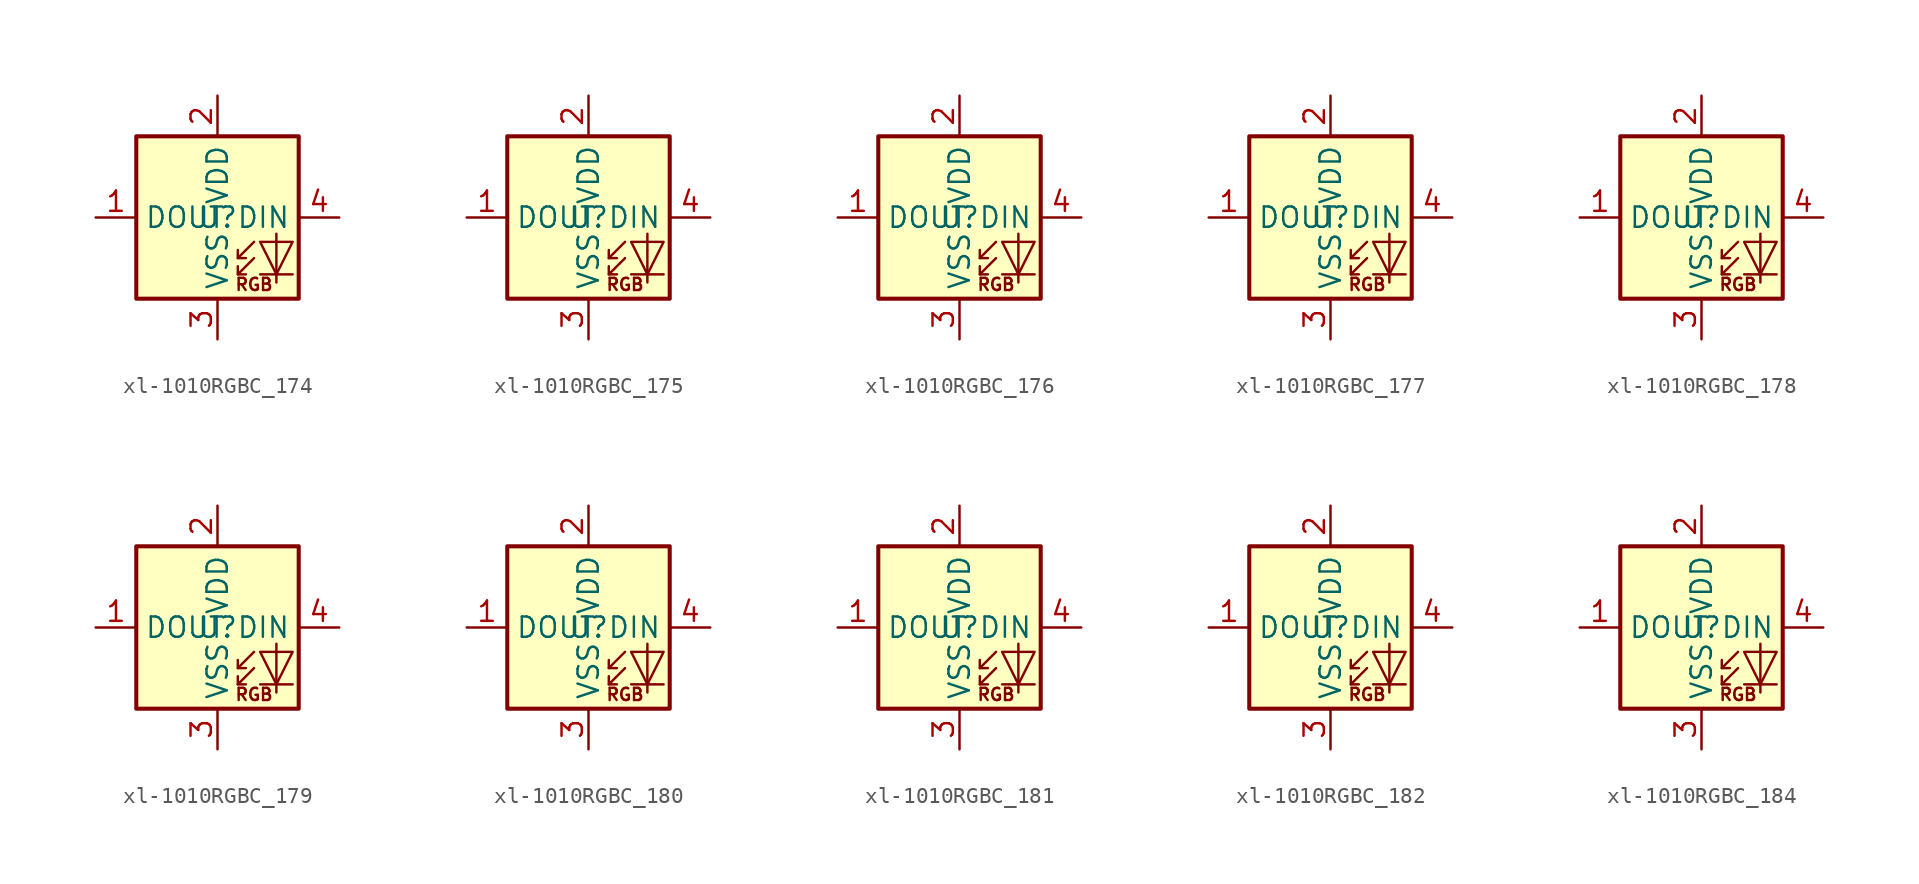
<source format=kicad_sym>
(kicad_symbol_lib
  (version 20231120)
  (generator "kicad_symbol_editor")
  (generator_version "8.0")
  (symbol "xl-1010RGBC_174"
    (property "Reference" "U"
      (at 0 0 0)
      (effects (font (size 1.27 1.27))))
    (property "Value" ""
      (at 0 0 0)
      (effects (font (size 1.27 1.27))))
    (symbol "xl-1010RGBC_174_0_0"
      (text "RGB" (at 2.286 -4.191 0) (effects (font (size 0.762 0.762)))))
    (symbol "xl-1010RGBC_174_0_1"
      (polyline (pts (xy 1.27 -3.556) (xy 1.778 -3.556)) (stroke (width 0) (type default)) (fill (type none)))
      (polyline (pts (xy 1.27 -2.54) (xy 1.778 -2.54)) (stroke (width 0) (type default)) (fill (type none)))
      (polyline (pts (xy 4.699 -3.556) (xy 2.667 -3.556)) (stroke (width 0) (type default)) (fill (type none)))
      (polyline (pts (xy 2.286 -2.54) (xy 1.27 -3.556) (xy 1.27 -3.048)) (stroke (width 0) (type default)) (fill (type none)))
      (polyline (pts (xy 2.286 -1.524) (xy 1.27 -2.54) (xy 1.27 -2.032)) (stroke (width 0) (type default)) (fill (type none)))
      (polyline (pts (xy 3.683 -1.016) (xy 3.683 -3.556) (xy 3.683 -4.064)) (stroke (width 0) (type default)) (fill (type none)))
      (polyline (pts (xy 4.699 -1.524) (xy 2.667 -1.524) (xy 3.683 -3.556) (xy 4.699 -1.524)) (stroke (width 0) (type default)) (fill (type none)))
      (rectangle (start 5.08 5.08) (end -5.08 -5.08) (stroke (width 0.254) (type default)) (fill (type background))))
    (symbol "xl-1010RGBC_174_1_1"
      (pin output line (at -7.62 0 0) (length 2.54) (name "DOUT" (effects (font (size 1.27 1.27)))) (number "1" (effects (font (size 1.27 1.27)))))
      (pin power_in line (at 0 7.62 270) (length 2.54) (name "VDD" (effects (font (size 1.27 1.27)))) (number "2" (effects (font (size 1.27 1.27)))))
      (pin power_in line (at 0 -7.62 90) (length 2.54) (name "VSS" (effects (font (size 1.27 1.27)))) (number "3" (effects (font (size 1.27 1.27)))))
      (pin input line (at 7.62 0 180) (length 2.54) (name "DIN" (effects (font (size 1.27 1.27)))) (number "4" (effects (font (size 1.27 1.27)))))))
  (symbol "xl-1010RGBC_175"
    (property "Reference" "U"
      (at 0 0 0)
      (effects (font (size 1.27 1.27))))
    (property "Value" ""
      (at 0 0 0)
      (effects (font (size 1.27 1.27))))
    (symbol "xl-1010RGBC_175_0_0"
      (text "RGB" (at 2.286 -4.191 0) (effects (font (size 0.762 0.762)))))
    (symbol "xl-1010RGBC_175_0_1"
      (polyline (pts (xy 1.27 -3.556) (xy 1.778 -3.556)) (stroke (width 0) (type default)) (fill (type none)))
      (polyline (pts (xy 1.27 -2.54) (xy 1.778 -2.54)) (stroke (width 0) (type default)) (fill (type none)))
      (polyline (pts (xy 4.699 -3.556) (xy 2.667 -3.556)) (stroke (width 0) (type default)) (fill (type none)))
      (polyline (pts (xy 2.286 -2.54) (xy 1.27 -3.556) (xy 1.27 -3.048)) (stroke (width 0) (type default)) (fill (type none)))
      (polyline (pts (xy 2.286 -1.524) (xy 1.27 -2.54) (xy 1.27 -2.032)) (stroke (width 0) (type default)) (fill (type none)))
      (polyline (pts (xy 3.683 -1.016) (xy 3.683 -3.556) (xy 3.683 -4.064)) (stroke (width 0) (type default)) (fill (type none)))
      (polyline (pts (xy 4.699 -1.524) (xy 2.667 -1.524) (xy 3.683 -3.556) (xy 4.699 -1.524)) (stroke (width 0) (type default)) (fill (type none)))
      (rectangle (start 5.08 5.08) (end -5.08 -5.08) (stroke (width 0.254) (type default)) (fill (type background))))
    (symbol "xl-1010RGBC_175_1_1"
      (pin output line (at -7.62 0 0) (length 2.54) (name "DOUT" (effects (font (size 1.27 1.27)))) (number "1" (effects (font (size 1.27 1.27)))))
      (pin power_in line (at 0 7.62 270) (length 2.54) (name "VDD" (effects (font (size 1.27 1.27)))) (number "2" (effects (font (size 1.27 1.27)))))
      (pin power_in line (at 0 -7.62 90) (length 2.54) (name "VSS" (effects (font (size 1.27 1.27)))) (number "3" (effects (font (size 1.27 1.27)))))
      (pin input line (at 7.62 0 180) (length 2.54) (name "DIN" (effects (font (size 1.27 1.27)))) (number "4" (effects (font (size 1.27 1.27)))))))
  (symbol "xl-1010RGBC_176"
    (property "Reference" "U"
      (at 0 0 0)
      (effects (font (size 1.27 1.27))))
    (property "Value" ""
      (at 0 0 0)
      (effects (font (size 1.27 1.27))))
    (symbol "xl-1010RGBC_176_0_0"
      (text "RGB" (at 2.286 -4.191 0) (effects (font (size 0.762 0.762)))))
    (symbol "xl-1010RGBC_176_0_1"
      (polyline (pts (xy 1.27 -3.556) (xy 1.778 -3.556)) (stroke (width 0) (type default)) (fill (type none)))
      (polyline (pts (xy 1.27 -2.54) (xy 1.778 -2.54)) (stroke (width 0) (type default)) (fill (type none)))
      (polyline (pts (xy 4.699 -3.556) (xy 2.667 -3.556)) (stroke (width 0) (type default)) (fill (type none)))
      (polyline (pts (xy 2.286 -2.54) (xy 1.27 -3.556) (xy 1.27 -3.048)) (stroke (width 0) (type default)) (fill (type none)))
      (polyline (pts (xy 2.286 -1.524) (xy 1.27 -2.54) (xy 1.27 -2.032)) (stroke (width 0) (type default)) (fill (type none)))
      (polyline (pts (xy 3.683 -1.016) (xy 3.683 -3.556) (xy 3.683 -4.064)) (stroke (width 0) (type default)) (fill (type none)))
      (polyline (pts (xy 4.699 -1.524) (xy 2.667 -1.524) (xy 3.683 -3.556) (xy 4.699 -1.524)) (stroke (width 0) (type default)) (fill (type none)))
      (rectangle (start 5.08 5.08) (end -5.08 -5.08) (stroke (width 0.254) (type default)) (fill (type background))))
    (symbol "xl-1010RGBC_176_1_1"
      (pin output line (at -7.62 0 0) (length 2.54) (name "DOUT" (effects (font (size 1.27 1.27)))) (number "1" (effects (font (size 1.27 1.27)))))
      (pin power_in line (at 0 7.62 270) (length 2.54) (name "VDD" (effects (font (size 1.27 1.27)))) (number "2" (effects (font (size 1.27 1.27)))))
      (pin power_in line (at 0 -7.62 90) (length 2.54) (name "VSS" (effects (font (size 1.27 1.27)))) (number "3" (effects (font (size 1.27 1.27)))))
      (pin input line (at 7.62 0 180) (length 2.54) (name "DIN" (effects (font (size 1.27 1.27)))) (number "4" (effects (font (size 1.27 1.27)))))))
  (symbol "xl-1010RGBC_177"
    (property "Reference" "U"
      (at 0 0 0)
      (effects (font (size 1.27 1.27))))
    (property "Value" ""
      (at 0 0 0)
      (effects (font (size 1.27 1.27))))
    (symbol "xl-1010RGBC_177_0_0"
      (text "RGB" (at 2.286 -4.191 0) (effects (font (size 0.762 0.762)))))
    (symbol "xl-1010RGBC_177_0_1"
      (polyline (pts (xy 1.27 -3.556) (xy 1.778 -3.556)) (stroke (width 0) (type default)) (fill (type none)))
      (polyline (pts (xy 1.27 -2.54) (xy 1.778 -2.54)) (stroke (width 0) (type default)) (fill (type none)))
      (polyline (pts (xy 4.699 -3.556) (xy 2.667 -3.556)) (stroke (width 0) (type default)) (fill (type none)))
      (polyline (pts (xy 2.286 -2.54) (xy 1.27 -3.556) (xy 1.27 -3.048)) (stroke (width 0) (type default)) (fill (type none)))
      (polyline (pts (xy 2.286 -1.524) (xy 1.27 -2.54) (xy 1.27 -2.032)) (stroke (width 0) (type default)) (fill (type none)))
      (polyline (pts (xy 3.683 -1.016) (xy 3.683 -3.556) (xy 3.683 -4.064)) (stroke (width 0) (type default)) (fill (type none)))
      (polyline (pts (xy 4.699 -1.524) (xy 2.667 -1.524) (xy 3.683 -3.556) (xy 4.699 -1.524)) (stroke (width 0) (type default)) (fill (type none)))
      (rectangle (start 5.08 5.08) (end -5.08 -5.08) (stroke (width 0.254) (type default)) (fill (type background))))
    (symbol "xl-1010RGBC_177_1_1"
      (pin output line (at -7.62 0 0) (length 2.54) (name "DOUT" (effects (font (size 1.27 1.27)))) (number "1" (effects (font (size 1.27 1.27)))))
      (pin power_in line (at 0 7.62 270) (length 2.54) (name "VDD" (effects (font (size 1.27 1.27)))) (number "2" (effects (font (size 1.27 1.27)))))
      (pin power_in line (at 0 -7.62 90) (length 2.54) (name "VSS" (effects (font (size 1.27 1.27)))) (number "3" (effects (font (size 1.27 1.27)))))
      (pin input line (at 7.62 0 180) (length 2.54) (name "DIN" (effects (font (size 1.27 1.27)))) (number "4" (effects (font (size 1.27 1.27)))))))
  (symbol "xl-1010RGBC_178"
    (property "Reference" "U"
      (at 0 0 0)
      (effects (font (size 1.27 1.27))))
    (property "Value" ""
      (at 0 0 0)
      (effects (font (size 1.27 1.27))))
    (symbol "xl-1010RGBC_178_0_0"
      (text "RGB" (at 2.286 -4.191 0) (effects (font (size 0.762 0.762)))))
    (symbol "xl-1010RGBC_178_0_1"
      (polyline (pts (xy 1.27 -3.556) (xy 1.778 -3.556)) (stroke (width 0) (type default)) (fill (type none)))
      (polyline (pts (xy 1.27 -2.54) (xy 1.778 -2.54)) (stroke (width 0) (type default)) (fill (type none)))
      (polyline (pts (xy 4.699 -3.556) (xy 2.667 -3.556)) (stroke (width 0) (type default)) (fill (type none)))
      (polyline (pts (xy 2.286 -2.54) (xy 1.27 -3.556) (xy 1.27 -3.048)) (stroke (width 0) (type default)) (fill (type none)))
      (polyline (pts (xy 2.286 -1.524) (xy 1.27 -2.54) (xy 1.27 -2.032)) (stroke (width 0) (type default)) (fill (type none)))
      (polyline (pts (xy 3.683 -1.016) (xy 3.683 -3.556) (xy 3.683 -4.064)) (stroke (width 0) (type default)) (fill (type none)))
      (polyline (pts (xy 4.699 -1.524) (xy 2.667 -1.524) (xy 3.683 -3.556) (xy 4.699 -1.524)) (stroke (width 0) (type default)) (fill (type none)))
      (rectangle (start 5.08 5.08) (end -5.08 -5.08) (stroke (width 0.254) (type default)) (fill (type background))))
    (symbol "xl-1010RGBC_178_1_1"
      (pin output line (at -7.62 0 0) (length 2.54) (name "DOUT" (effects (font (size 1.27 1.27)))) (number "1" (effects (font (size 1.27 1.27)))))
      (pin power_in line (at 0 7.62 270) (length 2.54) (name "VDD" (effects (font (size 1.27 1.27)))) (number "2" (effects (font (size 1.27 1.27)))))
      (pin power_in line (at 0 -7.62 90) (length 2.54) (name "VSS" (effects (font (size 1.27 1.27)))) (number "3" (effects (font (size 1.27 1.27)))))
      (pin input line (at 7.62 0 180) (length 2.54) (name "DIN" (effects (font (size 1.27 1.27)))) (number "4" (effects (font (size 1.27 1.27)))))))
  (symbol "xl-1010RGBC_179"
    (property "Reference" "U"
      (at 0 0 0)
      (effects (font (size 1.27 1.27))))
    (property "Value" ""
      (at 0 0 0)
      (effects (font (size 1.27 1.27))))
    (symbol "xl-1010RGBC_179_0_0"
      (text "RGB" (at 2.286 -4.191 0) (effects (font (size 0.762 0.762)))))
    (symbol "xl-1010RGBC_179_0_1"
      (polyline (pts (xy 1.27 -3.556) (xy 1.778 -3.556)) (stroke (width 0) (type default)) (fill (type none)))
      (polyline (pts (xy 1.27 -2.54) (xy 1.778 -2.54)) (stroke (width 0) (type default)) (fill (type none)))
      (polyline (pts (xy 4.699 -3.556) (xy 2.667 -3.556)) (stroke (width 0) (type default)) (fill (type none)))
      (polyline (pts (xy 2.286 -2.54) (xy 1.27 -3.556) (xy 1.27 -3.048)) (stroke (width 0) (type default)) (fill (type none)))
      (polyline (pts (xy 2.286 -1.524) (xy 1.27 -2.54) (xy 1.27 -2.032)) (stroke (width 0) (type default)) (fill (type none)))
      (polyline (pts (xy 3.683 -1.016) (xy 3.683 -3.556) (xy 3.683 -4.064)) (stroke (width 0) (type default)) (fill (type none)))
      (polyline (pts (xy 4.699 -1.524) (xy 2.667 -1.524) (xy 3.683 -3.556) (xy 4.699 -1.524)) (stroke (width 0) (type default)) (fill (type none)))
      (rectangle (start 5.08 5.08) (end -5.08 -5.08) (stroke (width 0.254) (type default)) (fill (type background))))
    (symbol "xl-1010RGBC_179_1_1"
      (pin output line (at -7.62 0 0) (length 2.54) (name "DOUT" (effects (font (size 1.27 1.27)))) (number "1" (effects (font (size 1.27 1.27)))))
      (pin power_in line (at 0 7.62 270) (length 2.54) (name "VDD" (effects (font (size 1.27 1.27)))) (number "2" (effects (font (size 1.27 1.27)))))
      (pin power_in line (at 0 -7.62 90) (length 2.54) (name "VSS" (effects (font (size 1.27 1.27)))) (number "3" (effects (font (size 1.27 1.27)))))
      (pin input line (at 7.62 0 180) (length 2.54) (name "DIN" (effects (font (size 1.27 1.27)))) (number "4" (effects (font (size 1.27 1.27)))))))
  (symbol "xl-1010RGBC_180"
    (property "Reference" "U"
      (at 0 0 0)
      (effects (font (size 1.27 1.27))))
    (property "Value" ""
      (at 0 0 0)
      (effects (font (size 1.27 1.27))))
    (symbol "xl-1010RGBC_180_0_0"
      (text "RGB" (at 2.286 -4.191 0) (effects (font (size 0.762 0.762)))))
    (symbol "xl-1010RGBC_180_0_1"
      (polyline (pts (xy 1.27 -3.556) (xy 1.778 -3.556)) (stroke (width 0) (type default)) (fill (type none)))
      (polyline (pts (xy 1.27 -2.54) (xy 1.778 -2.54)) (stroke (width 0) (type default)) (fill (type none)))
      (polyline (pts (xy 4.699 -3.556) (xy 2.667 -3.556)) (stroke (width 0) (type default)) (fill (type none)))
      (polyline (pts (xy 2.286 -2.54) (xy 1.27 -3.556) (xy 1.27 -3.048)) (stroke (width 0) (type default)) (fill (type none)))
      (polyline (pts (xy 2.286 -1.524) (xy 1.27 -2.54) (xy 1.27 -2.032)) (stroke (width 0) (type default)) (fill (type none)))
      (polyline (pts (xy 3.683 -1.016) (xy 3.683 -3.556) (xy 3.683 -4.064)) (stroke (width 0) (type default)) (fill (type none)))
      (polyline (pts (xy 4.699 -1.524) (xy 2.667 -1.524) (xy 3.683 -3.556) (xy 4.699 -1.524)) (stroke (width 0) (type default)) (fill (type none)))
      (rectangle (start 5.08 5.08) (end -5.08 -5.08) (stroke (width 0.254) (type default)) (fill (type background))))
    (symbol "xl-1010RGBC_180_1_1"
      (pin output line (at -7.62 0 0) (length 2.54) (name "DOUT" (effects (font (size 1.27 1.27)))) (number "1" (effects (font (size 1.27 1.27)))))
      (pin power_in line (at 0 7.62 270) (length 2.54) (name "VDD" (effects (font (size 1.27 1.27)))) (number "2" (effects (font (size 1.27 1.27)))))
      (pin power_in line (at 0 -7.62 90) (length 2.54) (name "VSS" (effects (font (size 1.27 1.27)))) (number "3" (effects (font (size 1.27 1.27)))))
      (pin input line (at 7.62 0 180) (length 2.54) (name "DIN" (effects (font (size 1.27 1.27)))) (number "4" (effects (font (size 1.27 1.27)))))))
  (symbol "xl-1010RGBC_181"
    (property "Reference" "U"
      (at 0 0 0)
      (effects (font (size 1.27 1.27))))
    (property "Value" ""
      (at 0 0 0)
      (effects (font (size 1.27 1.27))))
    (symbol "xl-1010RGBC_181_0_0"
      (text "RGB" (at 2.286 -4.191 0) (effects (font (size 0.762 0.762)))))
    (symbol "xl-1010RGBC_181_0_1"
      (polyline (pts (xy 1.27 -3.556) (xy 1.778 -3.556)) (stroke (width 0) (type default)) (fill (type none)))
      (polyline (pts (xy 1.27 -2.54) (xy 1.778 -2.54)) (stroke (width 0) (type default)) (fill (type none)))
      (polyline (pts (xy 4.699 -3.556) (xy 2.667 -3.556)) (stroke (width 0) (type default)) (fill (type none)))
      (polyline (pts (xy 2.286 -2.54) (xy 1.27 -3.556) (xy 1.27 -3.048)) (stroke (width 0) (type default)) (fill (type none)))
      (polyline (pts (xy 2.286 -1.524) (xy 1.27 -2.54) (xy 1.27 -2.032)) (stroke (width 0) (type default)) (fill (type none)))
      (polyline (pts (xy 3.683 -1.016) (xy 3.683 -3.556) (xy 3.683 -4.064)) (stroke (width 0) (type default)) (fill (type none)))
      (polyline (pts (xy 4.699 -1.524) (xy 2.667 -1.524) (xy 3.683 -3.556) (xy 4.699 -1.524)) (stroke (width 0) (type default)) (fill (type none)))
      (rectangle (start 5.08 5.08) (end -5.08 -5.08) (stroke (width 0.254) (type default)) (fill (type background))))
    (symbol "xl-1010RGBC_181_1_1"
      (pin output line (at -7.62 0 0) (length 2.54) (name "DOUT" (effects (font (size 1.27 1.27)))) (number "1" (effects (font (size 1.27 1.27)))))
      (pin power_in line (at 0 7.62 270) (length 2.54) (name "VDD" (effects (font (size 1.27 1.27)))) (number "2" (effects (font (size 1.27 1.27)))))
      (pin power_in line (at 0 -7.62 90) (length 2.54) (name "VSS" (effects (font (size 1.27 1.27)))) (number "3" (effects (font (size 1.27 1.27)))))
      (pin input line (at 7.62 0 180) (length 2.54) (name "DIN" (effects (font (size 1.27 1.27)))) (number "4" (effects (font (size 1.27 1.27)))))))
  (symbol "xl-1010RGBC_182"
    (property "Reference" "U"
      (at 0 0 0)
      (effects (font (size 1.27 1.27))))
    (property "Value" ""
      (at 0 0 0)
      (effects (font (size 1.27 1.27))))
    (symbol "xl-1010RGBC_182_0_0"
      (text "RGB" (at 2.286 -4.191 0) (effects (font (size 0.762 0.762)))))
    (symbol "xl-1010RGBC_182_0_1"
      (polyline (pts (xy 1.27 -3.556) (xy 1.778 -3.556)) (stroke (width 0) (type default)) (fill (type none)))
      (polyline (pts (xy 1.27 -2.54) (xy 1.778 -2.54)) (stroke (width 0) (type default)) (fill (type none)))
      (polyline (pts (xy 4.699 -3.556) (xy 2.667 -3.556)) (stroke (width 0) (type default)) (fill (type none)))
      (polyline (pts (xy 2.286 -2.54) (xy 1.27 -3.556) (xy 1.27 -3.048)) (stroke (width 0) (type default)) (fill (type none)))
      (polyline (pts (xy 2.286 -1.524) (xy 1.27 -2.54) (xy 1.27 -2.032)) (stroke (width 0) (type default)) (fill (type none)))
      (polyline (pts (xy 3.683 -1.016) (xy 3.683 -3.556) (xy 3.683 -4.064)) (stroke (width 0) (type default)) (fill (type none)))
      (polyline (pts (xy 4.699 -1.524) (xy 2.667 -1.524) (xy 3.683 -3.556) (xy 4.699 -1.524)) (stroke (width 0) (type default)) (fill (type none)))
      (rectangle (start 5.08 5.08) (end -5.08 -5.08) (stroke (width 0.254) (type default)) (fill (type background))))
    (symbol "xl-1010RGBC_182_1_1"
      (pin output line (at -7.62 0 0) (length 2.54) (name "DOUT" (effects (font (size 1.27 1.27)))) (number "1" (effects (font (size 1.27 1.27)))))
      (pin power_in line (at 0 7.62 270) (length 2.54) (name "VDD" (effects (font (size 1.27 1.27)))) (number "2" (effects (font (size 1.27 1.27)))))
      (pin power_in line (at 0 -7.62 90) (length 2.54) (name "VSS" (effects (font (size 1.27 1.27)))) (number "3" (effects (font (size 1.27 1.27)))))
      (pin input line (at 7.62 0 180) (length 2.54) (name "DIN" (effects (font (size 1.27 1.27)))) (number "4" (effects (font (size 1.27 1.27)))))))
  (symbol "xl-1010RGBC_184"
    (property "Reference" "U"
      (at 0 0 0)
      (effects (font (size 1.27 1.27))))
    (property "Value" ""
      (at 0 0 0)
      (effects (font (size 1.27 1.27))))
    (symbol "xl-1010RGBC_184_0_0"
      (text "RGB" (at 2.286 -4.191 0) (effects (font (size 0.762 0.762)))))
    (symbol "xl-1010RGBC_184_0_1"
      (polyline (pts (xy 1.27 -3.556) (xy 1.778 -3.556)) (stroke (width 0) (type default)) (fill (type none)))
      (polyline (pts (xy 1.27 -2.54) (xy 1.778 -2.54)) (stroke (width 0) (type default)) (fill (type none)))
      (polyline (pts (xy 4.699 -3.556) (xy 2.667 -3.556)) (stroke (width 0) (type default)) (fill (type none)))
      (polyline (pts (xy 2.286 -2.54) (xy 1.27 -3.556) (xy 1.27 -3.048)) (stroke (width 0) (type default)) (fill (type none)))
      (polyline (pts (xy 2.286 -1.524) (xy 1.27 -2.54) (xy 1.27 -2.032)) (stroke (width 0) (type default)) (fill (type none)))
      (polyline (pts (xy 3.683 -1.016) (xy 3.683 -3.556) (xy 3.683 -4.064)) (stroke (width 0) (type default)) (fill (type none)))
      (polyline (pts (xy 4.699 -1.524) (xy 2.667 -1.524) (xy 3.683 -3.556) (xy 4.699 -1.524)) (stroke (width 0) (type default)) (fill (type none)))
      (rectangle (start 5.08 5.08) (end -5.08 -5.08) (stroke (width 0.254) (type default)) (fill (type background))))
    (symbol "xl-1010RGBC_184_1_1"
      (pin output line (at -7.62 0 0) (length 2.54) (name "DOUT" (effects (font (size 1.27 1.27)))) (number "1" (effects (font (size 1.27 1.27)))))
      (pin power_in line (at 0 7.62 270) (length 2.54) (name "VDD" (effects (font (size 1.27 1.27)))) (number "2" (effects (font (size 1.27 1.27)))))
      (pin power_in line (at 0 -7.62 90) (length 2.54) (name "VSS" (effects (font (size 1.27 1.27)))) (number "3" (effects (font (size 1.27 1.27)))))
      (pin input line (at 7.62 0 180) (length 2.54) (name "DIN" (effects (font (size 1.27 1.27)))) (number "4" (effects (font (size 1.27 1.27))))))))
</source>
